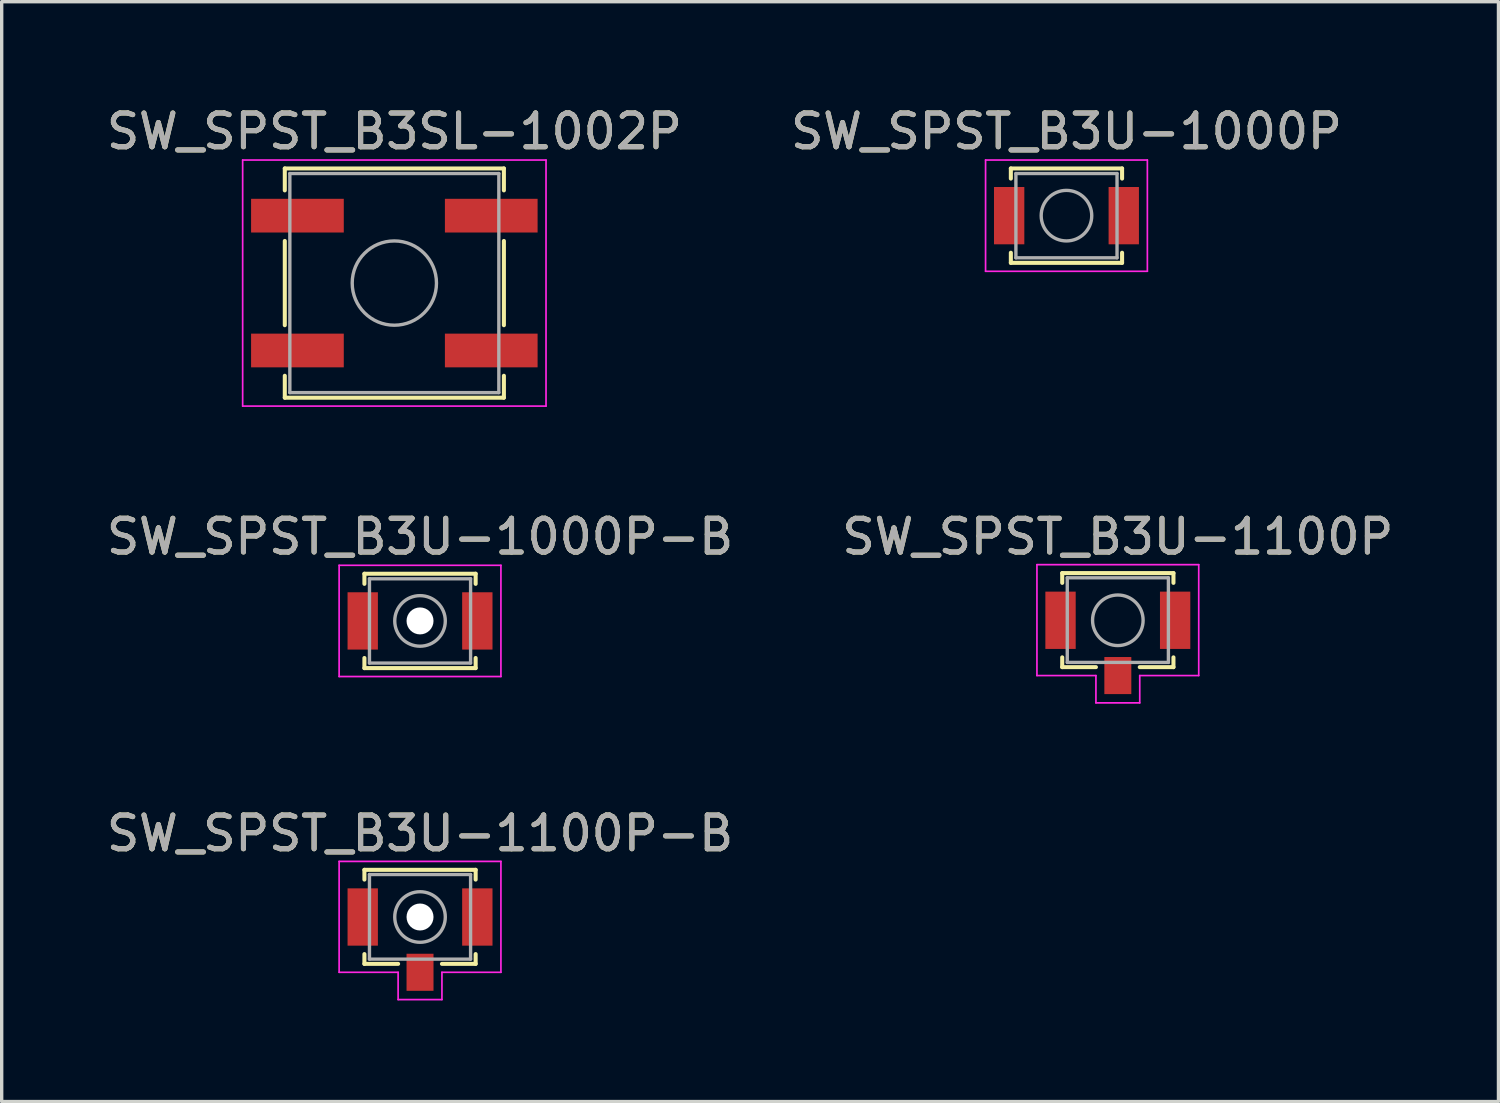
<source format=kicad_pcb>
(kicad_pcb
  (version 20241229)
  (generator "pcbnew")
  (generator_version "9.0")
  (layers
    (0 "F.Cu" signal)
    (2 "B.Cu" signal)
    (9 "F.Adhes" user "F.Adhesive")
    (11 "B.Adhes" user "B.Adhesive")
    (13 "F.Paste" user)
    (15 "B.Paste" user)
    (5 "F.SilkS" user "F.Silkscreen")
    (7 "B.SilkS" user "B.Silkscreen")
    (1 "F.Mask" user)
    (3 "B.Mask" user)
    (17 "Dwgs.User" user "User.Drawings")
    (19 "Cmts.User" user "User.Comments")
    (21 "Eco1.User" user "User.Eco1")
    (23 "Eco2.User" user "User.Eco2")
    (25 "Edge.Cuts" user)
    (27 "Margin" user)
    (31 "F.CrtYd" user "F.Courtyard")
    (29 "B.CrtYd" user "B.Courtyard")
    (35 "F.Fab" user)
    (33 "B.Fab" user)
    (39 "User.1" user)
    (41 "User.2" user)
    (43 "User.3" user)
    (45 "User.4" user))
  (footprint "SW_SPST_B3U-1000P"
    (layer "F.Cu")
    (at 28.589 3.348)
    (property "Reference" "SW_SPST_B3U-1000P" (at 0 -2.5 0) (layer "F.SilkS") (effects (font (size 1 1) (thickness 0.15))))
    (attr smd)
    (fp_line (start -1.65 -1.4) (end 1.65 -1.4) (stroke (width 0.12) (type solid)) (layer "F.SilkS"))
    (fp_line (start -1.65 -1.1) (end -1.65 -1.4) (stroke (width 0.12) (type solid)) (layer "F.SilkS"))
    (fp_line (start -1.65 1.1) (end -1.65 1.4) (stroke (width 0.12) (type solid)) (layer "F.SilkS"))
    (fp_line (start -1.65 1.4) (end 1.65 1.4) (stroke (width 0.12) (type solid)) (layer "F.SilkS"))
    (fp_line (start 1.65 -1.4) (end 1.65 -1.1) (stroke (width 0.12) (type solid)) (layer "F.SilkS"))
    (fp_line (start 1.65 1.4) (end 1.65 1.1) (stroke (width 0.12) (type solid)) (layer "F.SilkS"))
    (fp_line (start -2.4 -1.65) (end -2.4 1.65) (stroke (width 0.05) (type solid)) (layer "F.CrtYd"))
    (fp_line (start -2.4 1.65) (end 2.4 1.65) (stroke (width 0.05) (type solid)) (layer "F.CrtYd"))
    (fp_line (start 2.4 -1.65) (end -2.4 -1.65) (stroke (width 0.05) (type solid)) (layer "F.CrtYd"))
    (fp_line (start 2.4 1.65) (end 2.4 -1.65) (stroke (width 0.05) (type solid)) (layer "F.CrtYd"))
    (fp_line (start -1.5 -1.25) (end 1.5 -1.25) (stroke (width 0.1) (type solid)) (layer "F.Fab"))
    (fp_line (start -1.5 1.25) (end -1.5 -1.25) (stroke (width 0.1) (type solid)) (layer "F.Fab"))
    (fp_line (start 1.5 -1.25) (end 1.5 1.25) (stroke (width 0.1) (type solid)) (layer "F.Fab"))
    (fp_line (start 1.5 1.25) (end -1.5 1.25) (stroke (width 0.1) (type solid)) (layer "F.Fab"))
    (fp_circle (center 0 0) (end 0.75 0) (stroke (width 0.1) (type solid)) (fill no) (layer "F.Fab"))
    (fp_text user "${REFERENCE}" (at 0 -2.5 0) (layer "F.Fab") (effects (font (size 1 1) (thickness 0.15))))
    (pad "1" smd rect (at -1.7 0) (size 0.9 1.7) (layers "F.Cu" "F.Mask" "F.Paste"))
    (pad "2" smd rect (at 1.7 0) (size 0.9 1.7) (layers "F.Cu" "F.Mask" "F.Paste")))
  (footprint "SW_SPST_B3SL-1002P"
    (layer "F.Cu")
    (at 8.649 5.348)
    (property "Reference" "SW_SPST_B3SL-1002P" (at 0 -4.5 0) (layer "F.SilkS") (effects (font (size 1 1) (thickness 0.15))))
    (attr smd)
    (fp_line (start -3.25 -3.4) (end -3.25 -2.75) (stroke (width 0.12) (type solid)) (layer "F.SilkS"))
    (fp_line (start -3.25 -1.25) (end -3.25 1.25) (stroke (width 0.12) (type solid)) (layer "F.SilkS"))
    (fp_line (start -3.25 3.4) (end -3.25 2.75) (stroke (width 0.12) (type solid)) (layer "F.SilkS"))
    (fp_line (start 3.25 -3.4) (end -3.25 -3.4) (stroke (width 0.12) (type solid)) (layer "F.SilkS"))
    (fp_line (start 3.25 -2.75) (end 3.25 -3.4) (stroke (width 0.12) (type solid)) (layer "F.SilkS"))
    (fp_line (start 3.25 -1.25) (end 3.25 1.25) (stroke (width 0.12) (type solid)) (layer "F.SilkS"))
    (fp_line (start 3.25 2.75) (end 3.25 3.4) (stroke (width 0.12) (type solid)) (layer "F.SilkS"))
    (fp_line (start 3.25 3.4) (end -3.25 3.4) (stroke (width 0.12) (type solid)) (layer "F.SilkS"))
    (fp_line (start -4.5 -3.65) (end -4.5 3.65) (stroke (width 0.05) (type solid)) (layer "F.CrtYd"))
    (fp_line (start -4.5 3.65) (end 4.5 3.65) (stroke (width 0.05) (type solid)) (layer "F.CrtYd"))
    (fp_line (start 4.5 -3.65) (end -4.5 -3.65) (stroke (width 0.05) (type solid)) (layer "F.CrtYd"))
    (fp_line (start 4.5 3.65) (end 4.5 -3.65) (stroke (width 0.05) (type solid)) (layer "F.CrtYd"))
    (fp_line (start -3.1 -3.25) (end 3.1 -3.25) (stroke (width 0.1) (type solid)) (layer "F.Fab"))
    (fp_line (start -3.1 3.25) (end -3.1 -3.25) (stroke (width 0.1) (type solid)) (layer "F.Fab"))
    (fp_line (start 3.1 -3.25) (end 3.1 3.25) (stroke (width 0.1) (type solid)) (layer "F.Fab"))
    (fp_line (start 3.1 3.25) (end -3.1 3.25) (stroke (width 0.1) (type solid)) (layer "F.Fab"))
    (fp_circle (center 0 0) (end 1.25 0) (stroke (width 0.1) (type solid)) (fill no) (layer "F.Fab"))
    (fp_text user "${REFERENCE}" (at 0 -4.5 0) (layer "F.Fab") (effects (font (size 1 1) (thickness 0.15))))
    (pad "1" smd rect (at -2.875 -2) (size 2.75 1) (layers "F.Cu" "F.Mask" "F.Paste"))
    (pad "1" smd rect (at 2.875 -2) (size 2.75 1) (layers "F.Cu" "F.Mask" "F.Paste"))
    (pad "2" smd rect (at -2.875 2) (size 2.75 1) (layers "F.Cu" "F.Mask" "F.Paste"))
    (pad "2" smd rect (at 2.875 2) (size 2.75 1) (layers "F.Cu" "F.Mask" "F.Paste")))
  (footprint "SW_SPST_B3U-1000P-B"
    (layer "F.Cu")
    (at 9.411 15.371)
    (property "Reference" "SW_SPST_B3U-1000P-B" (at 0 -2.5 0) (layer "F.SilkS") (effects (font (size 1 1) (thickness 0.15))))
    (attr smd)
    (fp_line (start -1.65 -1.4) (end 1.65 -1.4) (stroke (width 0.12) (type solid)) (layer "F.SilkS"))
    (fp_line (start -1.65 -1.1) (end -1.65 -1.4) (stroke (width 0.12) (type solid)) (layer "F.SilkS"))
    (fp_line (start -1.65 1.1) (end -1.65 1.4) (stroke (width 0.12) (type solid)) (layer "F.SilkS"))
    (fp_line (start -1.65 1.4) (end 1.65 1.4) (stroke (width 0.12) (type solid)) (layer "F.SilkS"))
    (fp_line (start 1.65 -1.4) (end 1.65 -1.1) (stroke (width 0.12) (type solid)) (layer "F.SilkS"))
    (fp_line (start 1.65 1.4) (end 1.65 1.1) (stroke (width 0.12) (type solid)) (layer "F.SilkS"))
    (fp_line (start -2.4 -1.65) (end -2.4 1.65) (stroke (width 0.05) (type solid)) (layer "F.CrtYd"))
    (fp_line (start -2.4 1.65) (end 2.4 1.65) (stroke (width 0.05) (type solid)) (layer "F.CrtYd"))
    (fp_line (start 2.4 -1.65) (end -2.4 -1.65) (stroke (width 0.05) (type solid)) (layer "F.CrtYd"))
    (fp_line (start 2.4 1.65) (end 2.4 -1.65) (stroke (width 0.05) (type solid)) (layer "F.CrtYd"))
    (fp_line (start -1.5 -1.25) (end 1.5 -1.25) (stroke (width 0.1) (type solid)) (layer "F.Fab"))
    (fp_line (start -1.5 1.25) (end -1.5 -1.25) (stroke (width 0.1) (type solid)) (layer "F.Fab"))
    (fp_line (start 1.5 -1.25) (end 1.5 1.25) (stroke (width 0.1) (type solid)) (layer "F.Fab"))
    (fp_line (start 1.5 1.25) (end -1.5 1.25) (stroke (width 0.1) (type solid)) (layer "F.Fab"))
    (fp_circle (center 0 0) (end 0.75 0) (stroke (width 0.1) (type solid)) (fill no) (layer "F.Fab"))
    (fp_text user "${REFERENCE}" (at 0 -2.5 0) (layer "F.Fab") (effects (font (size 1 1) (thickness 0.15))))
    (pad "" np_thru_hole circle (at 0 0) (size 0.8 0.8) (drill 0.8) (layers "*.Cu" "*.Mask"))
    (pad "1" smd rect (at -1.7 0) (size 0.9 1.7) (layers "F.Cu" "F.Mask" "F.Paste"))
    (pad "2" smd rect (at 1.7 0) (size 0.9 1.7) (layers "F.Cu" "F.Mask" "F.Paste")))
  (footprint "SW_SPST_B3U-1100P-B"
    (layer "F.Cu")
    (at 9.411 24.975)
    (property "Reference" "SW_SPST_B3U-1100P-B" (at 0 -3.3 0) (layer "F.SilkS") (effects (font (size 1 1) (thickness 0.15))))
    (attr smd)
    (fp_line (start -1.65 -2.22) (end 1.65 -2.22) (stroke (width 0.12) (type solid)) (layer "F.SilkS"))
    (fp_line (start -1.65 -1.93) (end -1.65 -2.22) (stroke (width 0.12) (type solid)) (layer "F.SilkS"))
    (fp_line (start -1.65 0.28) (end -1.65 0.57) (stroke (width 0.12) (type solid)) (layer "F.SilkS"))
    (fp_line (start -1.65 0.57) (end -0.65 0.57) (stroke (width 0.12) (type solid)) (layer "F.SilkS"))
    (fp_line (start 1.65 -2.22) (end 1.65 -1.93) (stroke (width 0.12) (type solid)) (layer "F.SilkS"))
    (fp_line (start 1.65 0.57) (end 0.65 0.57) (stroke (width 0.12) (type solid)) (layer "F.SilkS"))
    (fp_line (start 1.65 0.57) (end 1.65 0.28) (stroke (width 0.12) (type solid)) (layer "F.SilkS"))
    (fp_line (start -2.4 -2.47) (end -2.4 0.82) (stroke (width 0.05) (type solid)) (layer "F.CrtYd"))
    (fp_line (start -2.4 0.82) (end -0.65 0.82) (stroke (width 0.05) (type solid)) (layer "F.CrtYd"))
    (fp_line (start -0.65 0.82) (end -0.65 1.63) (stroke (width 0.05) (type solid)) (layer "F.CrtYd"))
    (fp_line (start -0.65 1.63) (end 0.65 1.63) (stroke (width 0.05) (type solid)) (layer "F.CrtYd"))
    (fp_line (start 0.65 0.82) (end 2.4 0.82) (stroke (width 0.05) (type solid)) (layer "F.CrtYd"))
    (fp_line (start 0.65 1.63) (end 0.65 0.82) (stroke (width 0.05) (type solid)) (layer "F.CrtYd"))
    (fp_line (start 2.4 -2.47) (end -2.4 -2.47) (stroke (width 0.05) (type solid)) (layer "F.CrtYd"))
    (fp_line (start 2.4 0.82) (end 2.4 -2.47) (stroke (width 0.05) (type solid)) (layer "F.CrtYd"))
    (fp_line (start -1.5 -2.08) (end 1.5 -2.08) (stroke (width 0.1) (type solid)) (layer "F.Fab"))
    (fp_line (start -1.5 0.43) (end -1.5 -2.08) (stroke (width 0.1) (type solid)) (layer "F.Fab"))
    (fp_line (start 1.5 -2.08) (end 1.5 0.43) (stroke (width 0.1) (type solid)) (layer "F.Fab"))
    (fp_line (start 1.5 0.43) (end -1.5 0.43) (stroke (width 0.1) (type solid)) (layer "F.Fab"))
    (fp_circle (center 0 -0.82) (end 0.75 -0.82) (stroke (width 0.1) (type solid)) (fill no) (layer "F.Fab"))
    (fp_text user "${REFERENCE}" (at 0 -3.3 0) (layer "F.Fab") (effects (font (size 1 1) (thickness 0.15))))
    (pad "" np_thru_hole circle (at 0 -0.82) (size 0.8 0.8) (drill 0.8) (layers "*.Cu" "*.Mask"))
    (pad "1" smd rect (at -1.7 -0.82) (size 0.9 1.7) (layers "F.Cu" "F.Mask" "F.Paste"))
    (pad "2" smd rect (at 1.7 -0.82) (size 0.9 1.7) (layers "F.Cu" "F.Mask" "F.Paste"))
    (pad "3" smd rect (at 0 0.82) (size 0.8 1.1) (layers "F.Cu" "F.Mask" "F.Paste")))
  (footprint "SW_SPST_B3U-1100P"
    (layer "F.Cu")
    (at 30.113 16.172)
    (property "Reference" "SW_SPST_B3U-1100P" (at 0 -3.3 0) (layer "F.SilkS") (effects (font (size 1 1) (thickness 0.15))))
    (attr smd)
    (fp_line (start -1.65 -2.22) (end 1.65 -2.22) (stroke (width 0.12) (type solid)) (layer "F.SilkS"))
    (fp_line (start -1.65 -1.93) (end -1.65 -2.22) (stroke (width 0.12) (type solid)) (layer "F.SilkS"))
    (fp_line (start -1.65 0.28) (end -1.65 0.57) (stroke (width 0.12) (type solid)) (layer "F.SilkS"))
    (fp_line (start -1.65 0.57) (end -0.65 0.57) (stroke (width 0.12) (type solid)) (layer "F.SilkS"))
    (fp_line (start 1.65 -2.22) (end 1.65 -1.93) (stroke (width 0.12) (type solid)) (layer "F.SilkS"))
    (fp_line (start 1.65 0.57) (end 0.65 0.57) (stroke (width 0.12) (type solid)) (layer "F.SilkS"))
    (fp_line (start 1.65 0.57) (end 1.65 0.28) (stroke (width 0.12) (type solid)) (layer "F.SilkS"))
    (fp_line (start -2.4 -2.47) (end -2.4 0.82) (stroke (width 0.05) (type solid)) (layer "F.CrtYd"))
    (fp_line (start -2.4 0.82) (end -0.65 0.82) (stroke (width 0.05) (type solid)) (layer "F.CrtYd"))
    (fp_line (start -0.65 0.82) (end -0.65 1.63) (stroke (width 0.05) (type solid)) (layer "F.CrtYd"))
    (fp_line (start -0.65 1.63) (end 0.65 1.63) (stroke (width 0.05) (type solid)) (layer "F.CrtYd"))
    (fp_line (start 0.65 0.82) (end 2.4 0.82) (stroke (width 0.05) (type solid)) (layer "F.CrtYd"))
    (fp_line (start 0.65 1.63) (end 0.65 0.82) (stroke (width 0.05) (type solid)) (layer "F.CrtYd"))
    (fp_line (start 2.4 -2.47) (end -2.4 -2.47) (stroke (width 0.05) (type solid)) (layer "F.CrtYd"))
    (fp_line (start 2.4 0.82) (end 2.4 -2.47) (stroke (width 0.05) (type solid)) (layer "F.CrtYd"))
    (fp_line (start -1.5 -2.08) (end 1.5 -2.08) (stroke (width 0.1) (type solid)) (layer "F.Fab"))
    (fp_line (start -1.5 0.43) (end -1.5 -2.08) (stroke (width 0.1) (type solid)) (layer "F.Fab"))
    (fp_line (start 1.5 -2.08) (end 1.5 0.43) (stroke (width 0.1) (type solid)) (layer "F.Fab"))
    (fp_line (start 1.5 0.43) (end -1.5 0.43) (stroke (width 0.1) (type solid)) (layer "F.Fab"))
    (fp_circle (center 0 -0.82) (end 0.75 -0.82) (stroke (width 0.1) (type solid)) (fill no) (layer "F.Fab"))
    (fp_text user "${REFERENCE}" (at 0 -3.3 0) (layer "F.Fab") (effects (font (size 1 1) (thickness 0.15))))
    (pad "1" smd rect (at -1.7 -0.82) (size 0.9 1.7) (layers "F.Cu" "F.Mask" "F.Paste"))
    (pad "2" smd rect (at 1.7 -0.82) (size 0.9 1.7) (layers "F.Cu" "F.Mask" "F.Paste"))
    (pad "3" smd rect (at 0 0.82) (size 0.8 1.1) (layers "F.Cu" "F.Mask" "F.Paste")))
  (gr_rect
    (start -3 -3)
    (end 41.405 29.63)
    (stroke (width 0.1) (type default))
    (fill no)
    (layer "Edge.Cuts")))
</source>
